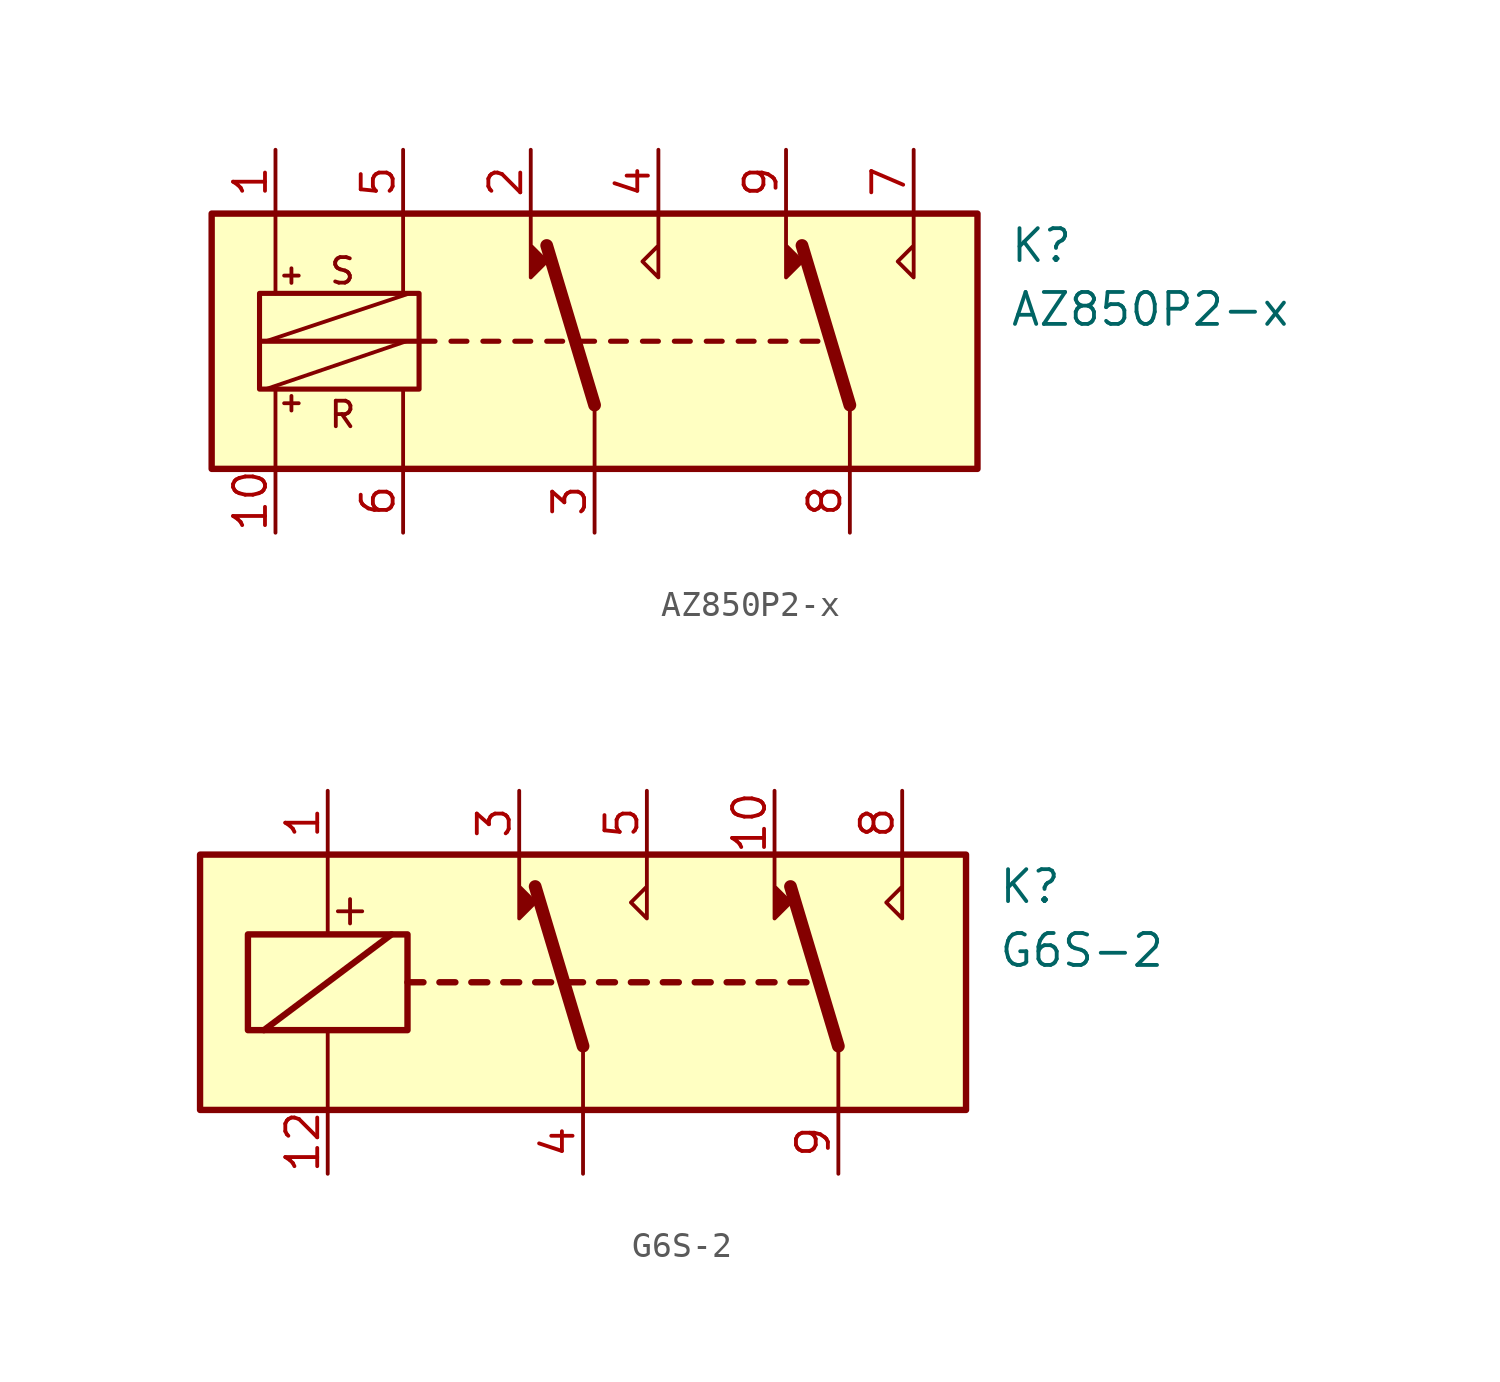
<source format=kicad_sym>
(kicad_symbol_lib
  (version 20241209)
  (generator "kicad_symbol_editor")
  (generator_version "9.0")
  (symbol "AZ850P2-x"
    (property "Reference" "K"
      (at 16.51 3.81 0)
      (effects (font (size 1.27 1.27)) (justify left)))
    (property "Value" "AZ850P2-x"
      (at 16.51 1.27 0)
      (effects (font (size 1.27 1.27)) (justify left)))
    (symbol "AZ850P2-x_0_0"
      (polyline (pts (xy -2.54 5.08) (xy -2.54 2.54) (xy -1.905 3.175) (xy -2.54 3.81)) (stroke (width 0) (type default)) (fill (type outline)))
      (polyline (pts (xy 2.54 5.08) (xy 2.54 2.54) (xy 1.905 3.175) (xy 2.54 3.81)) (stroke (width 0) (type default)) (fill (type none)))
      (polyline (pts (xy 7.62 5.08) (xy 7.62 2.54) (xy 8.255 3.175) (xy 7.62 3.81)) (stroke (width 0) (type default)) (fill (type outline)))
      (polyline (pts (xy 12.7 5.08) (xy 12.7 2.54) (xy 12.065 3.175) (xy 12.7 3.81)) (stroke (width 0) (type default)) (fill (type none)))
      (text "+" (at -12.065 2.667 0) (effects (font (size 0.762 0.762))))
      (text "+" (at -12.065 -2.413 0) (effects (font (size 0.762 0.762))))
      (text "S" (at -10.033 2.794 0) (effects (font (size 1.016 1.016))))
      (text "R" (at -10.033 -2.921 0) (effects (font (size 1.016 1.016)))))
    (symbol "AZ850P2-x_0_1"
      (rectangle (start -15.24 5.08) (end 15.24 -5.08) (stroke (width 0.254) (type default)) (fill (type background)))
      (rectangle (start -13.335 1.905) (end -6.985 -1.905) (stroke (width 0.203) (type default)) (fill (type none)))
      (polyline (pts (xy -13.335 0) (xy -6.35 0)) (stroke (width 0.203) (type default)) (fill (type none)))
      (polyline (pts (xy -13.081 0) (xy -7.366 1.905)) (stroke (width 0) (type default)) (fill (type none)))
      (polyline (pts (xy -13.081 -1.905) (xy -7.493 0)) (stroke (width 0) (type default)) (fill (type none)))
      (polyline (pts (xy -12.7 5.08) (xy -12.7 1.905)) (stroke (width 0) (type default)) (fill (type none)))
      (polyline (pts (xy -12.7 -5.08) (xy -12.7 -1.905)) (stroke (width 0) (type default)) (fill (type none)))
      (polyline (pts (xy -7.62 5.08) (xy -7.62 1.905)) (stroke (width 0) (type default)) (fill (type none)))
      (polyline (pts (xy -7.62 -5.08) (xy -7.62 -1.905)) (stroke (width 0) (type default)) (fill (type none)))
      (polyline (pts (xy -5.715 0) (xy -5.08 0)) (stroke (width 0.203) (type default)) (fill (type none)))
      (polyline (pts (xy -4.445 0) (xy -3.81 0)) (stroke (width 0.203) (type default)) (fill (type none)))
      (polyline (pts (xy -3.175 0) (xy -2.54 0)) (stroke (width 0.203) (type default)) (fill (type none)))
      (polyline (pts (xy -1.905 0) (xy -1.27 0)) (stroke (width 0.203) (type default)) (fill (type none)))
      (polyline (pts (xy -0.635 0) (xy 0 0)) (stroke (width 0.203) (type default)) (fill (type none)))
      (polyline (pts (xy 0 -2.54) (xy -1.905 3.81)) (stroke (width 0.508) (type default)) (fill (type none)))
      (polyline (pts (xy 0 -2.54) (xy 0 -5.08)) (stroke (width 0) (type default)) (fill (type none)))
      (polyline (pts (xy 0.635 0) (xy 1.27 0)) (stroke (width 0.203) (type default)) (fill (type none)))
      (polyline (pts (xy 1.905 0) (xy 2.54 0)) (stroke (width 0.203) (type default)) (fill (type none)))
      (polyline (pts (xy 3.175 0) (xy 3.81 0)) (stroke (width 0.203) (type default)) (fill (type none)))
      (polyline (pts (xy 4.445 0) (xy 5.08 0)) (stroke (width 0.203) (type default)) (fill (type none)))
      (polyline (pts (xy 5.715 0) (xy 6.35 0)) (stroke (width 0.203) (type default)) (fill (type none)))
      (polyline (pts (xy 6.985 0) (xy 7.62 0)) (stroke (width 0.203) (type default)) (fill (type none)))
      (polyline (pts (xy 8.255 0) (xy 8.89 0)) (stroke (width 0.203) (type default)) (fill (type none)))
      (polyline (pts (xy 10.16 -2.54) (xy 8.255 3.81)) (stroke (width 0.508) (type default)) (fill (type none)))
      (polyline (pts (xy 10.16 -2.54) (xy 10.16 -5.08)) (stroke (width 0) (type default)) (fill (type none))))
    (symbol "AZ850P2-x_1_1"
      (pin passive line (at -12.7 7.62 270) (length 2.54) (name "~" (effects (font (size 1.27 1.27)))) (number "1" (effects (font (size 1.27 1.27)))))
      (pin passive line (at -12.7 -7.62 90) (length 2.54) (name "~" (effects (font (size 1.27 1.27)))) (number "10" (effects (font (size 1.27 1.27)))))
      (pin passive line (at -7.62 7.62 270) (length 2.54) (name "~" (effects (font (size 1.27 1.27)))) (number "5" (effects (font (size 1.27 1.27)))))
      (pin passive line (at -7.62 -7.62 90) (length 2.54) (name "~" (effects (font (size 1.27 1.27)))) (number "6" (effects (font (size 1.27 1.27)))))
      (pin passive line (at -2.54 7.62 270) (length 2.54) (name "~" (effects (font (size 1.27 1.27)))) (number "2" (effects (font (size 1.27 1.27)))))
      (pin passive line (at 0 -7.62 90) (length 2.54) (name "~" (effects (font (size 1.27 1.27)))) (number "3" (effects (font (size 1.27 1.27)))))
      (pin passive line (at 2.54 7.62 270) (length 2.54) (name "~" (effects (font (size 1.27 1.27)))) (number "4" (effects (font (size 1.27 1.27)))))
      (pin passive line (at 7.62 7.62 270) (length 2.54) (name "~" (effects (font (size 1.27 1.27)))) (number "9" (effects (font (size 1.27 1.27)))))
      (pin passive line (at 10.16 -7.62 90) (length 2.54) (name "~" (effects (font (size 1.27 1.27)))) (number "8" (effects (font (size 1.27 1.27)))))
      (pin passive line (at 12.7 7.62 270) (length 2.54) (name "~" (effects (font (size 1.27 1.27)))) (number "7" (effects (font (size 1.27 1.27)))))))
  (symbol "G6S-2"
    (property "Reference" "K"
      (at 16.51 3.81 0)
      (effects (font (size 1.27 1.27)) (justify left)))
    (property "Value" "G6S-2"
      (at 16.51 1.27 0)
      (effects (font (size 1.27 1.27)) (justify left)))
    (symbol "G6S-2_0_0"
      (text "+" (at -9.271 2.921 0) (effects (font (size 1.27 1.27)))))
    (symbol "G6S-2_0_1"
      (rectangle (start -15.24 5.08) (end 15.24 -5.08) (stroke (width 0.254) (type default)) (fill (type background)))
      (rectangle (start -13.335 1.905) (end -6.985 -1.905) (stroke (width 0.254) (type default)) (fill (type none)))
      (polyline (pts (xy -12.7 -1.905) (xy -7.62 1.905)) (stroke (width 0.254) (type default)) (fill (type none)))
      (polyline (pts (xy -10.16 5.08) (xy -10.16 1.905)) (stroke (width 0) (type default)) (fill (type none)))
      (polyline (pts (xy -10.16 -5.08) (xy -10.16 -1.905)) (stroke (width 0) (type default)) (fill (type none)))
      (polyline (pts (xy -6.985 0) (xy -6.35 0)) (stroke (width 0.254) (type default)) (fill (type none)))
      (polyline (pts (xy -5.715 0) (xy -5.08 0)) (stroke (width 0.254) (type default)) (fill (type none)))
      (polyline (pts (xy -4.445 0) (xy -3.81 0)) (stroke (width 0.254) (type default)) (fill (type none)))
      (polyline (pts (xy -3.175 0) (xy -2.54 0)) (stroke (width 0.254) (type default)) (fill (type none)))
      (polyline (pts (xy -2.54 5.08) (xy -2.54 2.54) (xy -1.905 3.175) (xy -2.54 3.81)) (stroke (width 0) (type default)) (fill (type outline)))
      (polyline (pts (xy -1.905 0) (xy -1.27 0)) (stroke (width 0.254) (type default)) (fill (type none)))
      (polyline (pts (xy -0.635 0) (xy 0 0)) (stroke (width 0.254) (type default)) (fill (type none)))
      (polyline (pts (xy 0 -2.54) (xy -1.905 3.81)) (stroke (width 0.508) (type default)) (fill (type none)))
      (polyline (pts (xy 0 -2.54) (xy 0 -5.08)) (stroke (width 0) (type default)) (fill (type none)))
      (polyline (pts (xy 0.635 0) (xy 1.27 0)) (stroke (width 0.254) (type default)) (fill (type none)))
      (polyline (pts (xy 1.905 0) (xy 2.54 0)) (stroke (width 0.254) (type default)) (fill (type none)))
      (polyline (pts (xy 2.54 5.08) (xy 2.54 2.54) (xy 1.905 3.175) (xy 2.54 3.81)) (stroke (width 0) (type default)) (fill (type none)))
      (polyline (pts (xy 3.175 0) (xy 3.81 0)) (stroke (width 0.254) (type default)) (fill (type none)))
      (polyline (pts (xy 4.445 0) (xy 5.08 0)) (stroke (width 0.254) (type default)) (fill (type none)))
      (polyline (pts (xy 5.715 0) (xy 6.35 0)) (stroke (width 0.254) (type default)) (fill (type none)))
      (polyline (pts (xy 6.985 0) (xy 7.62 0)) (stroke (width 0.254) (type default)) (fill (type none)))
      (polyline (pts (xy 7.62 5.08) (xy 7.62 2.54) (xy 8.255 3.175) (xy 7.62 3.81)) (stroke (width 0) (type default)) (fill (type outline)))
      (polyline (pts (xy 8.255 0) (xy 8.89 0)) (stroke (width 0.254) (type default)) (fill (type none)))
      (polyline (pts (xy 10.16 -2.54) (xy 8.255 3.81)) (stroke (width 0.508) (type default)) (fill (type none)))
      (polyline (pts (xy 10.16 -2.54) (xy 10.16 -5.08)) (stroke (width 0) (type default)) (fill (type none)))
      (polyline (pts (xy 12.7 5.08) (xy 12.7 2.54) (xy 12.065 3.175) (xy 12.7 3.81)) (stroke (width 0) (type default)) (fill (type none))))
    (symbol "G6S-2_1_1"
      (pin passive line (at -10.16 7.62 270) (length 2.54) (name "~" (effects (font (size 1.27 1.27)))) (number "1" (effects (font (size 1.27 1.27)))))
      (pin passive line (at -10.16 -7.62 90) (length 2.54) (name "~" (effects (font (size 1.27 1.27)))) (number "12" (effects (font (size 1.27 1.27)))))
      (pin passive line (at -2.54 7.62 270) (length 2.54) (name "~" (effects (font (size 1.27 1.27)))) (number "3" (effects (font (size 1.27 1.27)))))
      (pin passive line (at 0 -7.62 90) (length 2.54) (name "~" (effects (font (size 1.27 1.27)))) (number "4" (effects (font (size 1.27 1.27)))))
      (pin passive line (at 2.54 7.62 270) (length 2.54) (name "~" (effects (font (size 1.27 1.27)))) (number "5" (effects (font (size 1.27 1.27)))))
      (pin passive line (at 7.62 7.62 270) (length 2.54) (name "~" (effects (font (size 1.27 1.27)))) (number "10" (effects (font (size 1.27 1.27)))))
      (pin passive line (at 10.16 -7.62 90) (length 2.54) (name "~" (effects (font (size 1.27 1.27)))) (number "9" (effects (font (size 1.27 1.27)))))
      (pin passive line (at 12.7 7.62 270) (length 2.54) (name "~" (effects (font (size 1.27 1.27)))) (number "8" (effects (font (size 1.27 1.27))))))))
</source>
